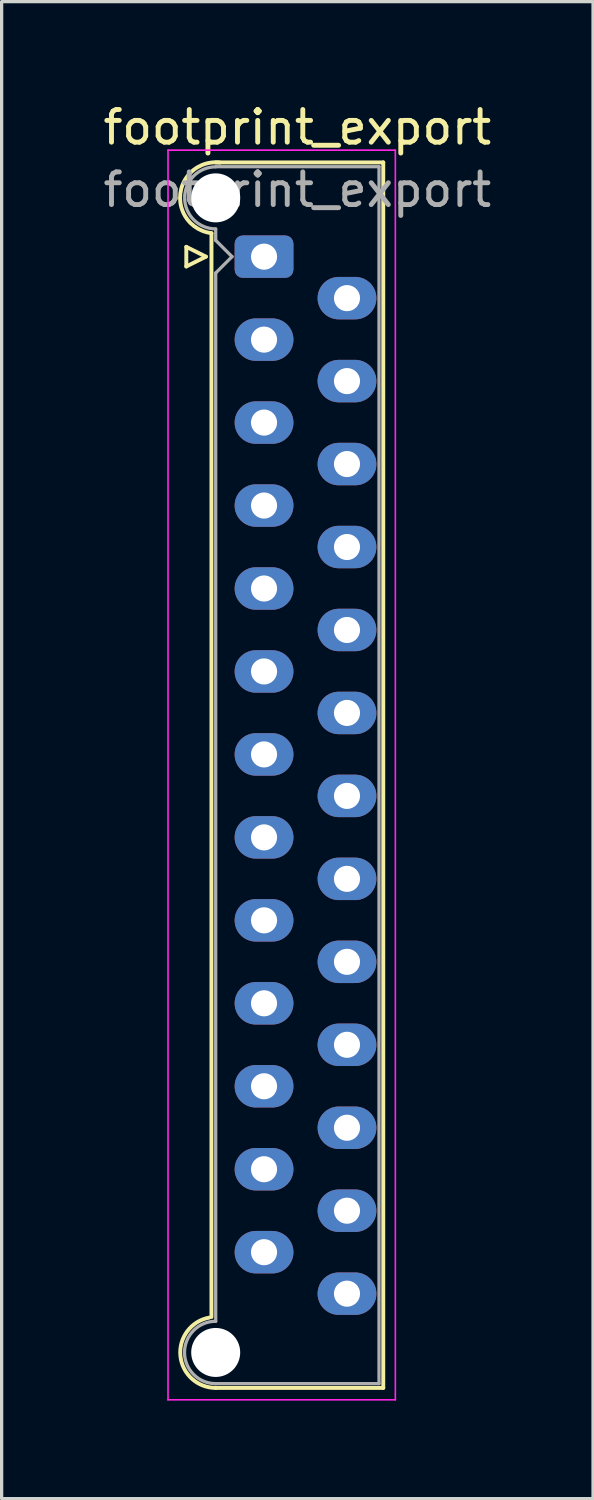
<source format=kicad_pcb>
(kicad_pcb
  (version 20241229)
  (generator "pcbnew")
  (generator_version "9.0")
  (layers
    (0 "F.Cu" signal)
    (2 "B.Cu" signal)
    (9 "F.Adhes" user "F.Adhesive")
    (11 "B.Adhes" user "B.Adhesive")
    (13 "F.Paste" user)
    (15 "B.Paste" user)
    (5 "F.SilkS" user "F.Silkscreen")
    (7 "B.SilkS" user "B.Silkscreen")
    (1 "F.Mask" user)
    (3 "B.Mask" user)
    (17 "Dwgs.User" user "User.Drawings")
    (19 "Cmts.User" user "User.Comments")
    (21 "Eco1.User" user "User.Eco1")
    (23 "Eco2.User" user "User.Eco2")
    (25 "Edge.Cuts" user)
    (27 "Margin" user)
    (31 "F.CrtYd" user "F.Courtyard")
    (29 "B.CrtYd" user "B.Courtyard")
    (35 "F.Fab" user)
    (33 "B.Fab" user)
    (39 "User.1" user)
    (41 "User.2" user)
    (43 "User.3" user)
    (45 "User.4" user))
  (footprint "footprint_export"
    (layer "F.Cu")
    (at 5.034 4.808)
    (property "Reference" "footprint_export" (at 1.02 -3.96 0) (layer "F.SilkS") (effects (font (size 1 1) (thickness 0.15))))
    (attr through_hole)
    (fp_line (start -2.38 -0.3) (end -2.38 0.3) (stroke (width 0.12) (type solid)) (layer "F.SilkS"))
    (fp_line (start -2.38 0.3) (end -1.78 0) (stroke (width 0.12) (type solid)) (layer "F.SilkS"))
    (fp_line (start -1.78 0) (end -2.38 -0.3) (stroke (width 0.12) (type solid)) (layer "F.SilkS"))
    (fp_line (start -1.61 -0.715) (end -1.61 32.465) (stroke (width 0.12) (type solid)) (layer "F.SilkS"))
    (fp_line (start -1.48 -2.885) (end 3.65 -2.885) (stroke (width 0.12) (type solid)) (layer "F.SilkS"))
    (fp_line (start 3.65 -2.885) (end 3.65 34.635) (stroke (width 0.12) (type solid)) (layer "F.SilkS"))
    (fp_line (start 3.65 34.635) (end -1.48 34.635) (stroke (width 0.12) (type solid)) (layer "F.SilkS"))
    (fp_arc (start -1.61 -0.72) (mid -2.56 -1.93) (end -1.35 -2.88) (stroke (width 0.12) (type solid)) (layer "F.SilkS"))
    (fp_arc (start -1.47 34.635) (mid -2.56 33.654526) (end -1.678256 32.48322) (stroke (width 0.12) (type solid)) (layer "F.SilkS"))
    (fp_line (start -2.94 -3.26) (end -2.94 35) (stroke (width 0.05) (type solid)) (layer "F.CrtYd"))
    (fp_line (start -2.94 35) (end 4.02 35) (stroke (width 0.05) (type solid)) (layer "F.CrtYd"))
    (fp_line (start 4.02 -3.26) (end -2.94 -3.26) (stroke (width 0.05) (type solid)) (layer "F.CrtYd"))
    (fp_line (start 4.02 35) (end 4.02 -3.26) (stroke (width 0.05) (type solid)) (layer "F.CrtYd"))
    (fp_line (start -1.48 -2.755) (end 3.52 -2.755) (stroke (width 0.1) (type solid)) (layer "F.Fab"))
    (fp_line (start -1.48 -0.845) (end -1.48 -0.5) (stroke (width 0.1) (type solid)) (layer "F.Fab"))
    (fp_line (start -1.48 -0.5) (end -0.98 0) (stroke (width 0.1) (type solid)) (layer "F.Fab"))
    (fp_line (start -1.48 0.5) (end -1.48 32.595) (stroke (width 0.1) (type solid)) (layer "F.Fab"))
    (fp_line (start -0.98 0) (end -1.48 0.5) (stroke (width 0.1) (type solid)) (layer "F.Fab"))
    (fp_line (start 3.52 -2.755) (end 3.52 34.505) (stroke (width 0.1) (type solid)) (layer "F.Fab"))
    (fp_line (start 3.52 34.505) (end -1.48 34.505) (stroke (width 0.1) (type solid)) (layer "F.Fab"))
    (fp_arc (start -1.48 -0.85) (mid -2.43 -1.8) (end -1.48 -2.75) (stroke (width 0.1) (type solid)) (layer "F.Fab"))
    (fp_arc (start -1.48 34.505) (mid -2.435 33.55) (end -1.48 32.595) (stroke (width 0.1) (type solid)) (layer "F.Fab"))
    (fp_text user "${REFERENCE}" (at 1.02 -2.05 0) (layer "F.Fab") (effects (font (size 1 1) (thickness 0.15))))
    (pad "" np_thru_hole circle (at -1.48 -1.8) (size 1.5 1.5) (drill 1.5) (layers "*.Cu" "*.Mask"))
    (pad "" np_thru_hole circle (at -1.48 33.55) (size 1.5 1.5) (drill 1.5) (layers "*.Cu" "*.Mask"))
    (pad "1" thru_hole roundrect (at 0 0) (size 1.8 1.3) (drill 0.8) (layers "*.Cu" "*.Mask") (roundrect_rratio 0.192))
    (pad "2" thru_hole oval (at 2.54 1.27) (size 1.8 1.3) (drill 0.8) (layers "*.Cu" "*.Mask"))
    (pad "3" thru_hole oval (at 0 2.54) (size 1.8 1.3) (drill 0.8) (layers "*.Cu" "*.Mask"))
    (pad "4" thru_hole oval (at 2.54 3.81) (size 1.8 1.3) (drill 0.8) (layers "*.Cu" "*.Mask"))
    (pad "5" thru_hole oval (at 0 5.08) (size 1.8 1.3) (drill 0.8) (layers "*.Cu" "*.Mask"))
    (pad "6" thru_hole oval (at 2.54 6.35) (size 1.8 1.3) (drill 0.8) (layers "*.Cu" "*.Mask"))
    (pad "7" thru_hole oval (at 0 7.62) (size 1.8 1.3) (drill 0.8) (layers "*.Cu" "*.Mask"))
    (pad "8" thru_hole oval (at 2.54 8.89) (size 1.8 1.3) (drill 0.8) (layers "*.Cu" "*.Mask"))
    (pad "9" thru_hole oval (at 0 10.16) (size 1.8 1.3) (drill 0.8) (layers "*.Cu" "*.Mask"))
    (pad "10" thru_hole oval (at 2.54 11.43) (size 1.8 1.3) (drill 0.8) (layers "*.Cu" "*.Mask"))
    (pad "11" thru_hole oval (at 0 12.7) (size 1.8 1.3) (drill 0.8) (layers "*.Cu" "*.Mask"))
    (pad "12" thru_hole oval (at 2.54 13.97) (size 1.8 1.3) (drill 0.8) (layers "*.Cu" "*.Mask"))
    (pad "13" thru_hole oval (at 0 15.24) (size 1.8 1.3) (drill 0.8) (layers "*.Cu" "*.Mask"))
    (pad "14" thru_hole oval (at 2.54 16.51) (size 1.8 1.3) (drill 0.8) (layers "*.Cu" "*.Mask"))
    (pad "15" thru_hole oval (at 0 17.78) (size 1.8 1.3) (drill 0.8) (layers "*.Cu" "*.Mask"))
    (pad "16" thru_hole oval (at 2.54 19.05) (size 1.8 1.3) (drill 0.8) (layers "*.Cu" "*.Mask"))
    (pad "17" thru_hole oval (at 0 20.32) (size 1.8 1.3) (drill 0.8) (layers "*.Cu" "*.Mask"))
    (pad "18" thru_hole oval (at 2.54 21.59) (size 1.8 1.3) (drill 0.8) (layers "*.Cu" "*.Mask"))
    (pad "19" thru_hole oval (at 0 22.86) (size 1.8 1.3) (drill 0.8) (layers "*.Cu" "*.Mask"))
    (pad "20" thru_hole oval (at 2.54 24.13) (size 1.8 1.3) (drill 0.8) (layers "*.Cu" "*.Mask"))
    (pad "21" thru_hole oval (at 0 25.4) (size 1.8 1.3) (drill 0.8) (layers "*.Cu" "*.Mask"))
    (pad "22" thru_hole oval (at 2.54 26.67) (size 1.8 1.3) (drill 0.8) (layers "*.Cu" "*.Mask"))
    (pad "23" thru_hole oval (at 0 27.94) (size 1.8 1.3) (drill 0.8) (layers "*.Cu" "*.Mask"))
    (pad "24" thru_hole oval (at 2.54 29.21) (size 1.8 1.3) (drill 0.8) (layers "*.Cu" "*.Mask"))
    (pad "25" thru_hole oval (at 0 30.48) (size 1.8 1.3) (drill 0.8) (layers "*.Cu" "*.Mask"))
    (pad "26" thru_hole oval (at 2.54 31.75) (size 1.8 1.3) (drill 0.8) (layers "*.Cu" "*.Mask")))
  (gr_rect
    (start -3 -3)
    (end 15.107 42.833)
    (stroke (width 0.1) (type default))
    (fill no)
    (layer "Edge.Cuts")))
</source>
